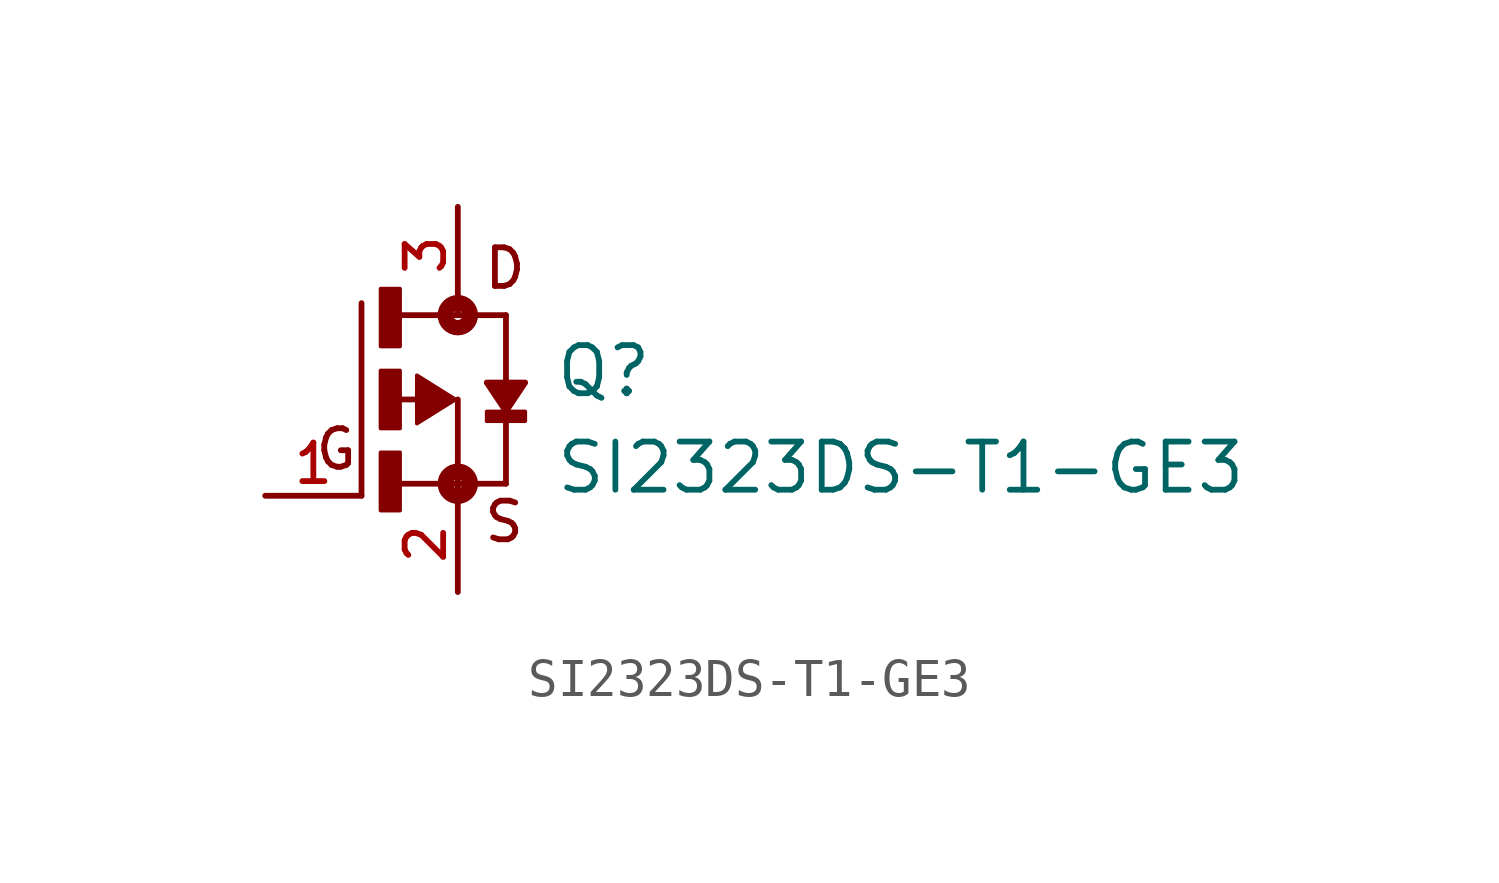
<source format=kicad_sym>
(kicad_symbol_lib
  (version 20211014)
  (generator kicad_symbol_editor)
  (symbol "SI2323DS-T1-GE3"
    (pin_names
      (offset 1.016))
    (property "Reference" "Q"
      (at 2.54 0.0 0)
      (effects (font (size 1.27 1.27)) (justify bottom left)))
    (property "Value" "SI2323DS-T1-GE3"
      (at 2.544 -2.544 0)
      (effects (font (size 1.27 1.27)) (justify bottom left)))
    (symbol "SI2323DS-T1-GE3_0_0"
      (polyline (pts (xy -1.079 0.0) (xy -1.905 0.0)) (stroke (width 0.152)))
      (polyline (pts (xy -1.905 -2.223) (xy 0.0 -2.223)) (stroke (width 0.152)))
      (polyline (pts (xy -2.54 -2.54) (xy -2.54 2.54)) (stroke (width 0.152)))
      (polyline (pts (xy 0.0 0.0) (xy 0.0 -2.223)) (stroke (width 0.152)))
      (polyline (pts (xy 1.27 -2.223) (xy 0.0 -2.223)) (stroke (width 0.152)))
      (polyline (pts (xy -1.587 2.223) (xy 0.0 2.223)) (stroke (width 0.152)))
      (polyline (pts (xy 0.0 2.223) (xy 1.27 2.223)) (stroke (width 0.152)))
      (polyline (pts (xy 0.0 -2.223) (xy 0.0 -2.54)) (stroke (width 0.152)))
      (polyline (pts (xy 1.27 2.223) (xy 1.27 -2.223)) (stroke (width 0.152)))
      (polyline (pts (xy 0.0 2.54) (xy 0.0 2.223)) (stroke (width 0.152)))
      (circle (center 0.0 -2.223) (radius 0.127) (stroke (width 0.406)) (fill (type none)))
      (circle (center 0.0 2.223) (radius 0.127) (stroke (width 0.406)) (fill (type none)))
      (text "D" (at 0.636 2.862 0) (effects (font (size 1.018 1.018)) (justify bottom left)))
      (text "S" (at 0.637 -3.821 0) (effects (font (size 1.019 1.019)) (justify bottom left)))
      (text "G" (at -3.816 -1.908 0) (effects (font (size 1.017 1.017)) (justify bottom left)))
      (rectangle (start -2.036 1.399) (end -1.524 2.921) (stroke (width 0.1)) (fill (type outline)))
      (rectangle (start -2.038 -0.764) (end -1.524 0.762) (stroke (width 0.1)) (fill (type outline)))
      (rectangle (start -2.038 -2.93) (end -1.524 -1.397) (stroke (width 0.1)) (fill (type outline)))
      (rectangle (start 0.763 -0.573) (end 1.778 -0.318) (stroke (width 0.1)) (fill (type outline)))
      (polyline (pts (xy -0.064 0.0) (xy -1.079 -0.635) (xy -1.079 0.635) (xy -0.064 0.0)) (stroke (width 0.102)) (fill (type outline)))
      (polyline (pts (xy 1.27 -0.318) (xy 1.778 0.445) (xy 0.762 0.445) (xy 1.27 -0.318)) (stroke (width 0.152)) (fill (type outline)))
      (pin passive line (at 0.0 5.08 270.0) (length 2.54) (name "~" (effects (font (size 1.016 1.016)))) (number "3" (effects (font (size 1.016 1.016)))))
      (pin passive line (at 0.0 -5.08 90.0) (length 2.54) (name "~" (effects (font (size 1.016 1.016)))) (number "2" (effects (font (size 1.016 1.016)))))
      (pin passive line (at -5.08 -2.54 0) (length 2.54) (name "~" (effects (font (size 1.016 1.016)))) (number "1" (effects (font (size 1.016 1.016))))))))
</source>
